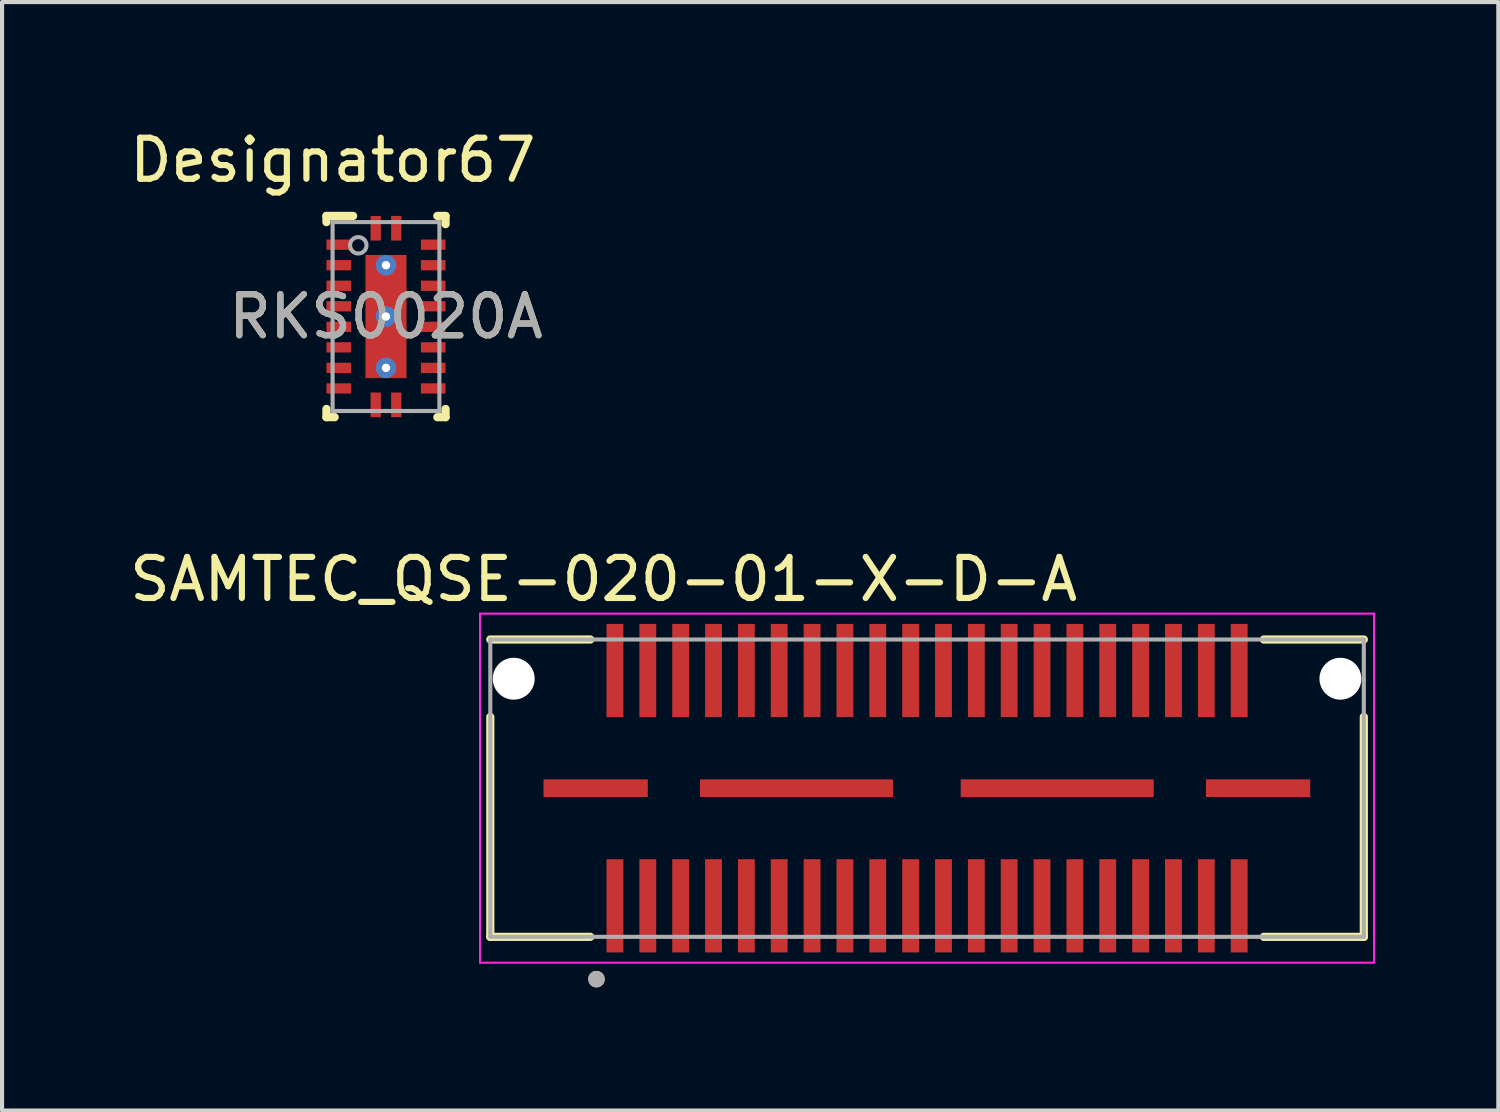
<source format=kicad_pcb>
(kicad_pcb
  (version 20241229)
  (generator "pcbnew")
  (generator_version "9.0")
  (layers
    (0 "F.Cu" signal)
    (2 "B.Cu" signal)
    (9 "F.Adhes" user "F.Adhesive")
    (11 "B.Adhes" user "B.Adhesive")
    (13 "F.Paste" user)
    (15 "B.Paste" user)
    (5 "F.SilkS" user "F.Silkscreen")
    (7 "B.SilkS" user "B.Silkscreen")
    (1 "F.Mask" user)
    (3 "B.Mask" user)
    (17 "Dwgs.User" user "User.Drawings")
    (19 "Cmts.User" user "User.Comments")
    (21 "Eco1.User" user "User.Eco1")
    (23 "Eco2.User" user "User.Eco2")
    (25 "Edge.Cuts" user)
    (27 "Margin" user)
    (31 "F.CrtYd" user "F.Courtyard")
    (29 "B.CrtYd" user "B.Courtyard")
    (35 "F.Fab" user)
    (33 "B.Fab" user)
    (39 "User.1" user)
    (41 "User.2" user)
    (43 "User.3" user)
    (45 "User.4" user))
  (footprint "SAMTEC_QSE-020-01-X-D-A"
    (layer "F.Cu")
    (at 19.524 16.142)
    (property "Reference" "SAMTEC_QSE-020-01-X-D-A" (at -7.875 -5.086 0) (layer "F.SilkS") (effects (font (size 1 1) (thickness 0.15))))
    (attr smd)
    (fp_line (start -10.635 -1.735) (end -10.635 3.62) (stroke (width 0.2) (type solid)) (layer "F.SilkS"))
    (fp_line (start -10.635 3.62) (end -8.2 3.62) (stroke (width 0.2) (type solid)) (layer "F.SilkS"))
    (fp_line (start -8.2 -3.62) (end -10.635 -3.62) (stroke (width 0.2) (type solid)) (layer "F.SilkS"))
    (fp_line (start 8.2 -3.62) (end 10.635 -3.62) (stroke (width 0.2) (type solid)) (layer "F.SilkS"))
    (fp_line (start 10.635 -1.735) (end 10.635 3.62) (stroke (width 0.2) (type solid)) (layer "F.SilkS"))
    (fp_line (start 10.635 3.62) (end 8.2 3.62) (stroke (width 0.2) (type solid)) (layer "F.SilkS"))
    (fp_circle (center -8.05 4.65) (end -7.95 4.65) (stroke (width 0.2) (type solid)) (fill no) (layer "F.SilkS"))
    (fp_line (start -10.885 -4.25) (end 10.885 -4.25) (stroke (width 0.05) (type solid)) (layer "F.CrtYd"))
    (fp_line (start -10.885 4.25) (end -10.885 -4.25) (stroke (width 0.05) (type solid)) (layer "F.CrtYd"))
    (fp_line (start 10.885 -4.25) (end 10.885 4.25) (stroke (width 0.05) (type solid)) (layer "F.CrtYd"))
    (fp_line (start 10.885 4.25) (end -10.885 4.25) (stroke (width 0.05) (type solid)) (layer "F.CrtYd"))
    (fp_line (start -10.635 -3.62) (end 10.635 -3.62) (stroke (width 0.1) (type solid)) (layer "F.Fab"))
    (fp_line (start -10.635 3.62) (end -10.635 -3.62) (stroke (width 0.1) (type solid)) (layer "F.Fab"))
    (fp_line (start 10.635 -3.62) (end 10.635 3.62) (stroke (width 0.1) (type solid)) (layer "F.Fab"))
    (fp_line (start 10.635 3.62) (end -10.635 3.62) (stroke (width 0.1) (type solid)) (layer "F.Fab"))
    (fp_circle (center -8.05 4.65) (end -7.95 4.65) (stroke (width 0.2) (type solid)) (fill no) (layer "F.Fab"))
    (pad "" np_thru_hole circle (at -10.065 -2.665) (size 1.02 1.02) (drill 1.02) (layers "*.Cu" "*.Mask"))
    (pad "" np_thru_hole circle (at 10.065 -2.665) (size 1.02 1.02) (drill 1.02) (layers "*.Cu" "*.Mask"))
    (pad "01" smd rect (at -7.6 2.865) (size 0.41 2.27) (layers "F.Cu" "F.Mask" "F.Paste"))
    (pad "02" smd rect (at -7.6 -2.865 90) (size 2.27 0.41) (layers "F.Cu" "F.Mask" "F.Paste"))
    (pad "03" smd rect (at -6.8 2.865) (size 0.41 2.27) (layers "F.Cu" "F.Mask" "F.Paste"))
    (pad "04" smd rect (at -6.8 -2.865 90) (size 2.27 0.41) (layers "F.Cu" "F.Mask" "F.Paste"))
    (pad "05" smd rect (at -6 2.865) (size 0.41 2.27) (layers "F.Cu" "F.Mask" "F.Paste"))
    (pad "06" smd rect (at -6 -2.865 90) (size 2.27 0.41) (layers "F.Cu" "F.Mask" "F.Paste"))
    (pad "07" smd rect (at -5.2 2.865) (size 0.41 2.27) (layers "F.Cu" "F.Mask" "F.Paste"))
    (pad "08" smd rect (at -5.2 -2.865 90) (size 2.27 0.41) (layers "F.Cu" "F.Mask" "F.Paste"))
    (pad "09" smd rect (at -4.4 2.865) (size 0.41 2.27) (layers "F.Cu" "F.Mask" "F.Paste"))
    (pad "10" smd rect (at -4.4 -2.865 90) (size 2.27 0.41) (layers "F.Cu" "F.Mask" "F.Paste"))
    (pad "11" smd rect (at -3.6 2.865) (size 0.41 2.27) (layers "F.Cu" "F.Mask" "F.Paste"))
    (pad "12" smd rect (at -3.6 -2.865 90) (size 2.27 0.41) (layers "F.Cu" "F.Mask" "F.Paste"))
    (pad "13" smd rect (at -2.8 2.865) (size 0.41 2.27) (layers "F.Cu" "F.Mask" "F.Paste"))
    (pad "14" smd rect (at -2.8 -2.865 90) (size 2.27 0.41) (layers "F.Cu" "F.Mask" "F.Paste"))
    (pad "15" smd rect (at -2 2.865) (size 0.41 2.27) (layers "F.Cu" "F.Mask" "F.Paste"))
    (pad "16" smd rect (at -2 -2.865 90) (size 2.27 0.41) (layers "F.Cu" "F.Mask" "F.Paste"))
    (pad "17" smd rect (at -1.2 2.865) (size 0.41 2.27) (layers "F.Cu" "F.Mask" "F.Paste"))
    (pad "18" smd rect (at -1.2 -2.865 90) (size 2.27 0.41) (layers "F.Cu" "F.Mask" "F.Paste"))
    (pad "19" smd rect (at -0.4 2.865) (size 0.41 2.27) (layers "F.Cu" "F.Mask" "F.Paste"))
    (pad "20" smd rect (at -0.4 -2.865 90) (size 2.27 0.41) (layers "F.Cu" "F.Mask" "F.Paste"))
    (pad "21" smd rect (at 0.4 2.865) (size 0.41 2.27) (layers "F.Cu" "F.Mask" "F.Paste"))
    (pad "22" smd rect (at 0.4 -2.865 90) (size 2.27 0.41) (layers "F.Cu" "F.Mask" "F.Paste"))
    (pad "23" smd rect (at 1.2 2.865) (size 0.41 2.27) (layers "F.Cu" "F.Mask" "F.Paste"))
    (pad "24" smd rect (at 1.2 -2.865 90) (size 2.27 0.41) (layers "F.Cu" "F.Mask" "F.Paste"))
    (pad "25" smd rect (at 2 2.865) (size 0.41 2.27) (layers "F.Cu" "F.Mask" "F.Paste"))
    (pad "26" smd rect (at 2 -2.865 90) (size 2.27 0.41) (layers "F.Cu" "F.Mask" "F.Paste"))
    (pad "27" smd rect (at 2.8 2.865) (size 0.41 2.27) (layers "F.Cu" "F.Mask" "F.Paste"))
    (pad "28" smd rect (at 2.8 -2.865 90) (size 2.27 0.41) (layers "F.Cu" "F.Mask" "F.Paste"))
    (pad "29" smd rect (at 3.6 2.865) (size 0.41 2.27) (layers "F.Cu" "F.Mask" "F.Paste"))
    (pad "30" smd rect (at 3.6 -2.865 90) (size 2.27 0.41) (layers "F.Cu" "F.Mask" "F.Paste"))
    (pad "31" smd rect (at 4.4 2.865) (size 0.41 2.27) (layers "F.Cu" "F.Mask" "F.Paste"))
    (pad "32" smd rect (at 4.4 -2.865 90) (size 2.27 0.41) (layers "F.Cu" "F.Mask" "F.Paste"))
    (pad "33" smd rect (at 5.2 2.865) (size 0.41 2.27) (layers "F.Cu" "F.Mask" "F.Paste"))
    (pad "34" smd rect (at 5.2 -2.865 90) (size 2.27 0.41) (layers "F.Cu" "F.Mask" "F.Paste"))
    (pad "35" smd rect (at 6 2.865) (size 0.41 2.27) (layers "F.Cu" "F.Mask" "F.Paste"))
    (pad "36" smd rect (at 6 -2.865 90) (size 2.27 0.41) (layers "F.Cu" "F.Mask" "F.Paste"))
    (pad "37" smd rect (at 6.8 2.865) (size 0.41 2.27) (layers "F.Cu" "F.Mask" "F.Paste"))
    (pad "38" smd rect (at 6.8 -2.865 90) (size 2.27 0.41) (layers "F.Cu" "F.Mask" "F.Paste"))
    (pad "39" smd rect (at 7.6 2.865) (size 0.41 2.27) (layers "F.Cu" "F.Mask" "F.Paste"))
    (pad "40" smd rect (at 7.6 -2.865 90) (size 2.27 0.41) (layers "F.Cu" "F.Mask" "F.Paste"))
    (pad "G1" smd rect (at -8.07 0) (size 2.54 0.43) (layers "F.Cu" "F.Mask" "F.Paste"))
    (pad "G2" smd rect (at -3.18 0) (size 4.7 0.43) (layers "F.Cu" "F.Mask" "F.Paste"))
    (pad "G3" smd rect (at 3.17 0) (size 4.7 0.43) (layers "F.Cu" "F.Mask" "F.Paste"))
    (pad "G4" smd rect (at 8.06 0) (size 2.54 0.43) (layers "F.Cu" "F.Mask" "F.Paste")))
  (footprint "RKS0020A"
    (layer "F.Cu")
    (at 6.349 4.658)
    (property "Reference" "RKS0020A" (at 0 0 0) (unlocked yes) (layer "F.SilkS") (effects (font (size 1 1) (thickness 0.15))))
    (attr smd)
    (fp_line (start -1.45 2.45) (end -1.45 2.25) (stroke (width 0.2) (type solid)) (layer "F.SilkS"))
    (fp_line (start -1.45 2.45) (end -1.25 2.45) (stroke (width 0.2) (type solid)) (layer "F.SilkS"))
    (fp_line (start -1.45 -2.45) (end -0.8 -2.45) (stroke (width 0.2) (type solid)) (layer "F.SilkS"))
    (fp_line (start -1.45 -2.3) (end -1.45 -2.45) (stroke (width 0.2) (type solid)) (layer "F.SilkS"))
    (fp_line (start 1.25 -2.45) (end 1.45 -2.45) (stroke (width 0.2) (type solid)) (layer "F.SilkS"))
    (fp_line (start 1.25 2.45) (end 1.45 2.45) (stroke (width 0.2) (type solid)) (layer "F.SilkS"))
    (fp_line (start 1.45 -2.25) (end 1.45 -2.45) (stroke (width 0.2) (type solid)) (layer "F.SilkS"))
    (fp_line (start 1.45 2.45) (end 1.45 2.25) (stroke (width 0.2) (type solid)) (layer "F.SilkS"))
    (fp_poly (pts (xy -0.475 -0.157) (xy -0.475 -1.363) (xy -0.474 -1.373) (xy -0.471 -1.383) (xy -0.466 -1.392) (xy -0.46 -1.4) (xy -0.452 -1.406) (xy -0.443 -1.411) (xy -0.433 -1.414) (xy -0.423 -1.415) (xy 0.423 -1.415) (xy 0.433 -1.414) (xy 0.443 -1.411) (xy 0.452 -1.406) (xy 0.46 -1.4) (xy 0.466 -1.392) (xy 0.471 -1.383) (xy 0.474 -1.373) (xy 0.475 -1.363) (xy 0.475 -0.157) (xy 0.474 -0.147) (xy 0.471 -0.137) (xy 0.466 -0.128) (xy 0.46 -0.12) (xy 0.452 -0.114) (xy 0.443 -0.109) (xy 0.433 -0.106) (xy 0.423 -0.105) (xy -0.423 -0.105) (xy -0.433 -0.106) (xy -0.443 -0.109) (xy -0.452 -0.114) (xy -0.46 -0.12) (xy -0.466 -0.128) (xy -0.471 -0.137) (xy -0.474 -0.147)) (stroke (width 0) (type solid)) (fill yes) (layer "F.Paste"))
    (fp_poly (pts (xy -0.475 1.363) (xy -0.475 0.157) (xy -0.474 0.147) (xy -0.471 0.137) (xy -0.466 0.128) (xy -0.46 0.12) (xy -0.452 0.114) (xy -0.443 0.109) (xy -0.433 0.106) (xy -0.423 0.105) (xy 0.423 0.105) (xy 0.433 0.106) (xy 0.443 0.109) (xy 0.452 0.114) (xy 0.46 0.12) (xy 0.466 0.128) (xy 0.471 0.137) (xy 0.474 0.147) (xy 0.475 0.157) (xy 0.475 1.363) (xy 0.474 1.373) (xy 0.471 1.383) (xy 0.466 1.392) (xy 0.46 1.4) (xy 0.452 1.406) (xy 0.443 1.411) (xy 0.433 1.414) (xy 0.423 1.415) (xy -0.423 1.415) (xy -0.433 1.414) (xy -0.443 1.411) (xy -0.452 1.406) (xy -0.46 1.4) (xy -0.466 1.392) (xy -0.471 1.383) (xy -0.474 1.373)) (stroke (width 0) (type solid)) (fill yes) (layer "F.Paste"))
    (fp_line (start -1.3 -2.3) (end -1.3 2.3) (stroke (width 0.1) (type solid)) (layer "F.Fab"))
    (fp_line (start -1.3 -2.3) (end 1.3 -2.3) (stroke (width 0.1) (type solid)) (layer "F.Fab"))
    (fp_line (start -1.3 2.3) (end 1.3 2.3) (stroke (width 0.1) (type solid)) (layer "F.Fab"))
    (fp_line (start 1.3 -2.3) (end 1.3 2.3) (stroke (width 0.1) (type solid)) (layer "F.Fab"))
    (fp_circle (center -0.675 -1.735) (end -0.475 -1.735) (stroke (width 0.1) (type solid)) (fill no) (layer "F.Fab"))
    (fp_text user "Designator67" (at -1.295 -3.81 0) (unlocked yes) (layer "F.SilkS") (effects (font (size 1 1) (thickness 0.15))))
    (fp_text user "${REFERENCE}" (at 0 0 0) (unlocked yes) (layer "F.Fab") (effects (font (size 1 1) (thickness 0.15))))
    (pad "1" smd rect (at -0.25 -2.15) (size 0.25 0.6) (layers "F.Cu" "F.Mask" "F.Paste"))
    (pad "2" smd rect (at -1.15 -1.75 90) (size 0.25 0.6) (layers "F.Cu" "F.Mask" "F.Paste"))
    (pad "3" smd rect (at -1.15 -1.25 90) (size 0.25 0.6) (layers "F.Cu" "F.Mask" "F.Paste"))
    (pad "4" smd rect (at -1.15 -0.75 90) (size 0.25 0.6) (layers "F.Cu" "F.Mask" "F.Paste"))
    (pad "5" smd rect (at -1.15 -0.25 90) (size 0.25 0.6) (layers "F.Cu" "F.Mask" "F.Paste"))
    (pad "6" smd rect (at -1.15 0.25 90) (size 0.25 0.6) (layers "F.Cu" "F.Mask" "F.Paste"))
    (pad "7" smd rect (at -1.15 0.75 90) (size 0.25 0.6) (layers "F.Cu" "F.Mask" "F.Paste"))
    (pad "8" smd rect (at -1.15 1.25 90) (size 0.25 0.6) (layers "F.Cu" "F.Mask" "F.Paste"))
    (pad "9" smd rect (at -1.15 1.75 90) (size 0.25 0.6) (layers "F.Cu" "F.Mask" "F.Paste"))
    (pad "10" smd rect (at -0.25 2.15) (size 0.25 0.6) (layers "F.Cu" "F.Mask" "F.Paste"))
    (pad "11" smd rect (at 0.25 2.15) (size 0.25 0.6) (layers "F.Cu" "F.Mask" "F.Paste"))
    (pad "12" smd rect (at 1.15 1.75 90) (size 0.25 0.6) (layers "F.Cu" "F.Mask" "F.Paste"))
    (pad "13" smd rect (at 1.15 1.25 90) (size 0.25 0.6) (layers "F.Cu" "F.Mask" "F.Paste"))
    (pad "14" smd rect (at 1.15 0.75 90) (size 0.25 0.6) (layers "F.Cu" "F.Mask" "F.Paste"))
    (pad "15" smd rect (at 1.15 0.25 90) (size 0.25 0.6) (layers "F.Cu" "F.Mask" "F.Paste"))
    (pad "16" smd rect (at 1.15 -0.25 90) (size 0.25 0.6) (layers "F.Cu" "F.Mask" "F.Paste"))
    (pad "17" smd rect (at 1.15 -0.75 90) (size 0.25 0.6) (layers "F.Cu" "F.Mask" "F.Paste"))
    (pad "18" smd rect (at 1.15 -1.25 90) (size 0.25 0.6) (layers "F.Cu" "F.Mask" "F.Paste"))
    (pad "19" smd rect (at 1.15 -1.75 90) (size 0.25 0.6) (layers "F.Cu" "F.Mask" "F.Paste"))
    (pad "20" smd rect (at 0.25 -2.15) (size 0.25 0.6) (layers "F.Cu" "F.Mask" "F.Paste"))
    (pad "21" smd rect (at 0 0 90) (size 3 1) (layers "F.Cu" "F.Mask" "F.Paste"))
    (pad "V" thru_hole circle (at 0 -1.25) (size 0.5 0.5) (drill 0.203) (layers "*.Cu" "*.Mask"))
    (pad "V" thru_hole circle (at 0 0) (size 0.5 0.5) (drill 0.203) (layers "*.Cu" "*.Mask"))
    (pad "V" thru_hole circle (at 0 1.25) (size 0.5 0.5) (drill 0.203) (layers "*.Cu" "*.Mask")))
  (gr_rect
    (start -3 -3)
    (end 33.434 23.992)
    (stroke (width 0.1) (type default))
    (fill no)
    (layer "Edge.Cuts")))
</source>
